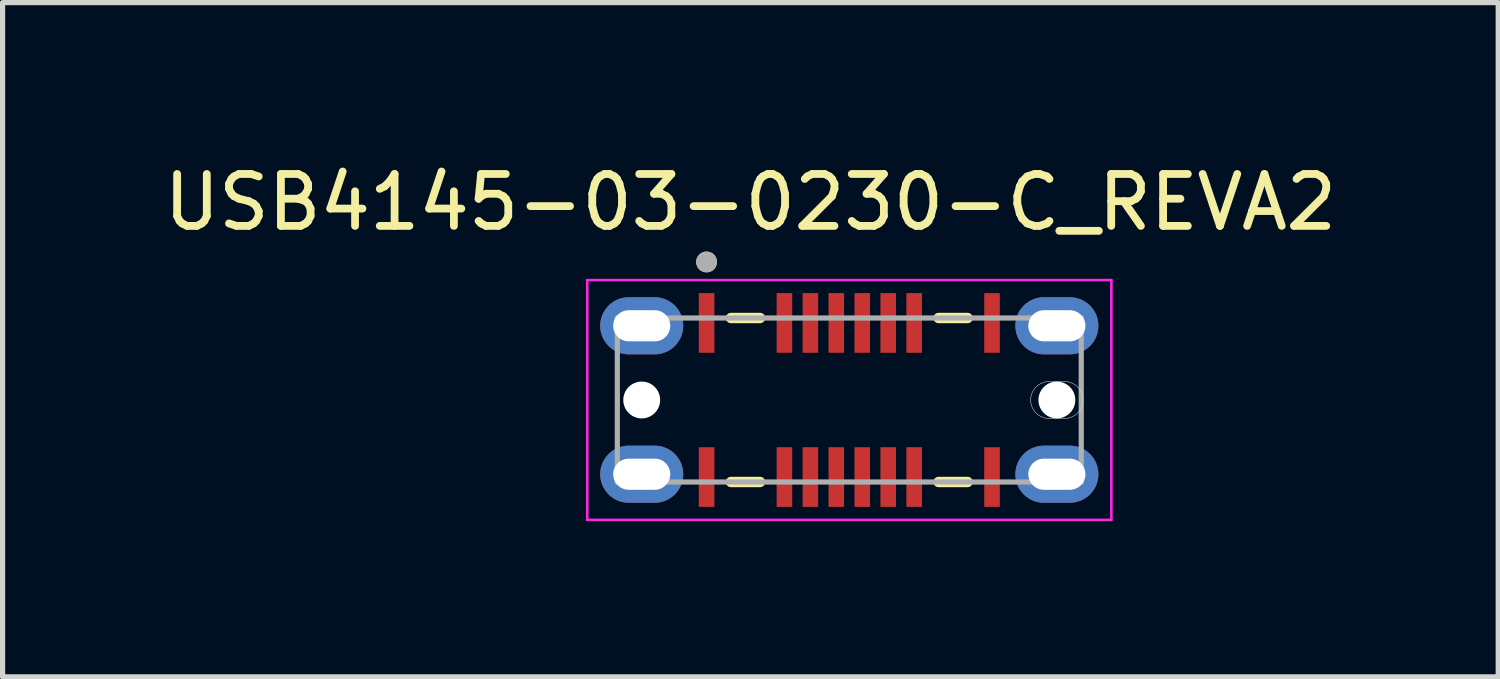
<source format=kicad_pcb>
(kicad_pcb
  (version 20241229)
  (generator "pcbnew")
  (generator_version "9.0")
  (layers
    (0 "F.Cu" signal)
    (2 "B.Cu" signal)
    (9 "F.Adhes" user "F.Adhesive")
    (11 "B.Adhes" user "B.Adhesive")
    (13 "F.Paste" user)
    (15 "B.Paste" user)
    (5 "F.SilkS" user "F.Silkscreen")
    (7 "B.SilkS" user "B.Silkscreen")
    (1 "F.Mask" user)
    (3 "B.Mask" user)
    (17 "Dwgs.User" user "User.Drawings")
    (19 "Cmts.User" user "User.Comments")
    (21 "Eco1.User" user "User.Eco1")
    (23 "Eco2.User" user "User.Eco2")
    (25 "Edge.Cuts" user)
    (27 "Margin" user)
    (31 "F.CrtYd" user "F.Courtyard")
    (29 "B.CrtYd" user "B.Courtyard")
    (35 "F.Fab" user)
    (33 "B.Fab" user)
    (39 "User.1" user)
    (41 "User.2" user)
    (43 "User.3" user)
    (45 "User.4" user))
  (footprint "USB4145-03-0230-C_REVA2"
    (layer "F.Cu")
    (at 13.316 4.658)
    (property "Reference" "USB4145-03-0230-C_REVA2" (at -1.905 -3.81 0) (layer "F.SilkS") (effects (font (size 1 1) (thickness 0.15))))
    (attr smd)
    (fp_line (start -2.28 -1.58) (end -1.72 -1.58) (stroke (width 0.2) (type solid)) (layer "F.SilkS"))
    (fp_line (start -2.28 1.58) (end -1.72 1.58) (stroke (width 0.2) (type solid)) (layer "F.SilkS"))
    (fp_line (start 1.72 -1.58) (end 2.28 -1.58) (stroke (width 0.2) (type solid)) (layer "F.SilkS"))
    (fp_line (start 1.72 1.58) (end 2.28 1.58) (stroke (width 0.2) (type solid)) (layer "F.SilkS"))
    (fp_circle (center -2.75 -2.66) (end -2.65 -2.66) (stroke (width 0.2) (type solid)) (fill no) (layer "F.SilkS"))
    (fp_line (start 3.85 -0.355) (end 4.15 -0.355) (stroke (width 0.01) (type solid)) (layer "Edge.Cuts"))
    (fp_line (start 4.15 0.355) (end 3.85 0.355) (stroke (width 0.01) (type solid)) (layer "Edge.Cuts"))
    (fp_arc (start 3.495 0) (mid 3.598977 -0.251023) (end 3.85 -0.355) (stroke (width 0.01) (type solid)) (layer "Edge.Cuts"))
    (fp_arc (start 3.85 0.355) (mid 3.598977 0.251023) (end 3.495 0) (stroke (width 0.01) (type solid)) (layer "Edge.Cuts"))
    (fp_arc (start 4.15 -0.355) (mid 4.401023 -0.251023) (end 4.505 0) (stroke (width 0.01) (type solid)) (layer "Edge.Cuts"))
    (fp_arc (start 4.505 0) (mid 4.401023 0.251023) (end 4.15 0.355) (stroke (width 0.01) (type solid)) (layer "Edge.Cuts"))
    (fp_line (start -5.05 -2.31) (end -5.05 2.31) (stroke (width 0.05) (type solid)) (layer "F.CrtYd"))
    (fp_line (start -5.05 2.31) (end 5.05 2.31) (stroke (width 0.05) (type solid)) (layer "F.CrtYd"))
    (fp_line (start 5.05 -2.31) (end -5.05 -2.31) (stroke (width 0.05) (type solid)) (layer "F.CrtYd"))
    (fp_line (start 5.05 2.31) (end 5.05 -2.31) (stroke (width 0.05) (type solid)) (layer "F.CrtYd"))
    (fp_line (start -4.47 -1.58) (end 4.47 -1.58) (stroke (width 0.1) (type solid)) (layer "F.Fab"))
    (fp_line (start -4.47 1.58) (end -4.47 -1.58) (stroke (width 0.1) (type solid)) (layer "F.Fab"))
    (fp_line (start 4.47 -1.58) (end 4.47 1.58) (stroke (width 0.1) (type solid)) (layer "F.Fab"))
    (fp_line (start 4.47 1.58) (end -4.47 1.58) (stroke (width 0.1) (type solid)) (layer "F.Fab"))
    (fp_circle (center -2.75 -2.66) (end -2.65 -2.66) (stroke (width 0.2) (type solid)) (fill no) (layer "F.Fab"))
    (pad "" np_thru_hole circle (at -4 0) (size 0.71 0.71) (drill 0.71) (layers "*.Cu" "*.Mask"))
    (pad "" np_thru_hole circle (at 4 0) (size 0.71 0.71) (drill 0.71) (layers "*.Cu" "*.Mask"))
    (pad "A1" smd rect (at -2.75 -1.485) (size 0.3 1.15) (layers "F.Cu" "F.Mask" "F.Paste"))
    (pad "A4" smd rect (at -1.25 -1.485) (size 0.3 1.15) (layers "F.Cu" "F.Mask" "F.Paste"))
    (pad "A5" smd rect (at -0.75 -1.485) (size 0.3 1.15) (layers "F.Cu" "F.Mask" "F.Paste"))
    (pad "A6" smd rect (at -0.25 -1.485) (size 0.3 1.15) (layers "F.Cu" "F.Mask" "F.Paste"))
    (pad "A7" smd rect (at 0.25 -1.485) (size 0.3 1.15) (layers "F.Cu" "F.Mask" "F.Paste"))
    (pad "A8" smd rect (at 0.75 -1.485) (size 0.3 1.15) (layers "F.Cu" "F.Mask" "F.Paste"))
    (pad "A9" smd rect (at 1.25 -1.485) (size 0.3 1.15) (layers "F.Cu" "F.Mask" "F.Paste"))
    (pad "A12" smd rect (at 2.75 -1.485) (size 0.3 1.15) (layers "F.Cu" "F.Mask" "F.Paste"))
    (pad "B1" smd rect (at 2.75 1.485) (size 0.3 1.15) (layers "F.Cu" "F.Mask" "F.Paste"))
    (pad "B4" smd rect (at 1.25 1.485) (size 0.3 1.15) (layers "F.Cu" "F.Mask" "F.Paste"))
    (pad "B5" smd rect (at 0.75 1.485) (size 0.3 1.15) (layers "F.Cu" "F.Mask" "F.Paste"))
    (pad "B6" smd rect (at 0.25 1.485) (size 0.3 1.15) (layers "F.Cu" "F.Mask" "F.Paste"))
    (pad "B7" smd rect (at -0.25 1.485) (size 0.3 1.15) (layers "F.Cu" "F.Mask" "F.Paste"))
    (pad "B8" smd rect (at -0.75 1.485) (size 0.3 1.15) (layers "F.Cu" "F.Mask" "F.Paste"))
    (pad "B9" smd rect (at -1.25 1.485) (size 0.3 1.15) (layers "F.Cu" "F.Mask" "F.Paste"))
    (pad "B12" smd rect (at -2.75 1.485) (size 0.3 1.15) (layers "F.Cu" "F.Mask" "F.Paste"))
    (pad "S1" thru_hole oval (at -4 -1.43) (size 1.6 1.1) (drill oval 1.1 0.6) (layers "*.Cu" "*.Mask"))
    (pad "S2" thru_hole oval (at 4 -1.43) (size 1.6 1.1) (drill oval 1.1 0.6) (layers "*.Cu" "*.Mask"))
    (pad "S3" thru_hole oval (at -4 1.43) (size 1.6 1.1) (drill oval 1.1 0.6) (layers "*.Cu" "*.Mask"))
    (pad "S4" thru_hole oval (at 4 1.43) (size 1.6 1.1) (drill oval 1.1 0.6) (layers "*.Cu" "*.Mask")))
  (gr_rect
    (start -3 -3)
    (end 25.821 9.993)
    (stroke (width 0.1) (type default))
    (fill no)
    (layer "Edge.Cuts")))
</source>
